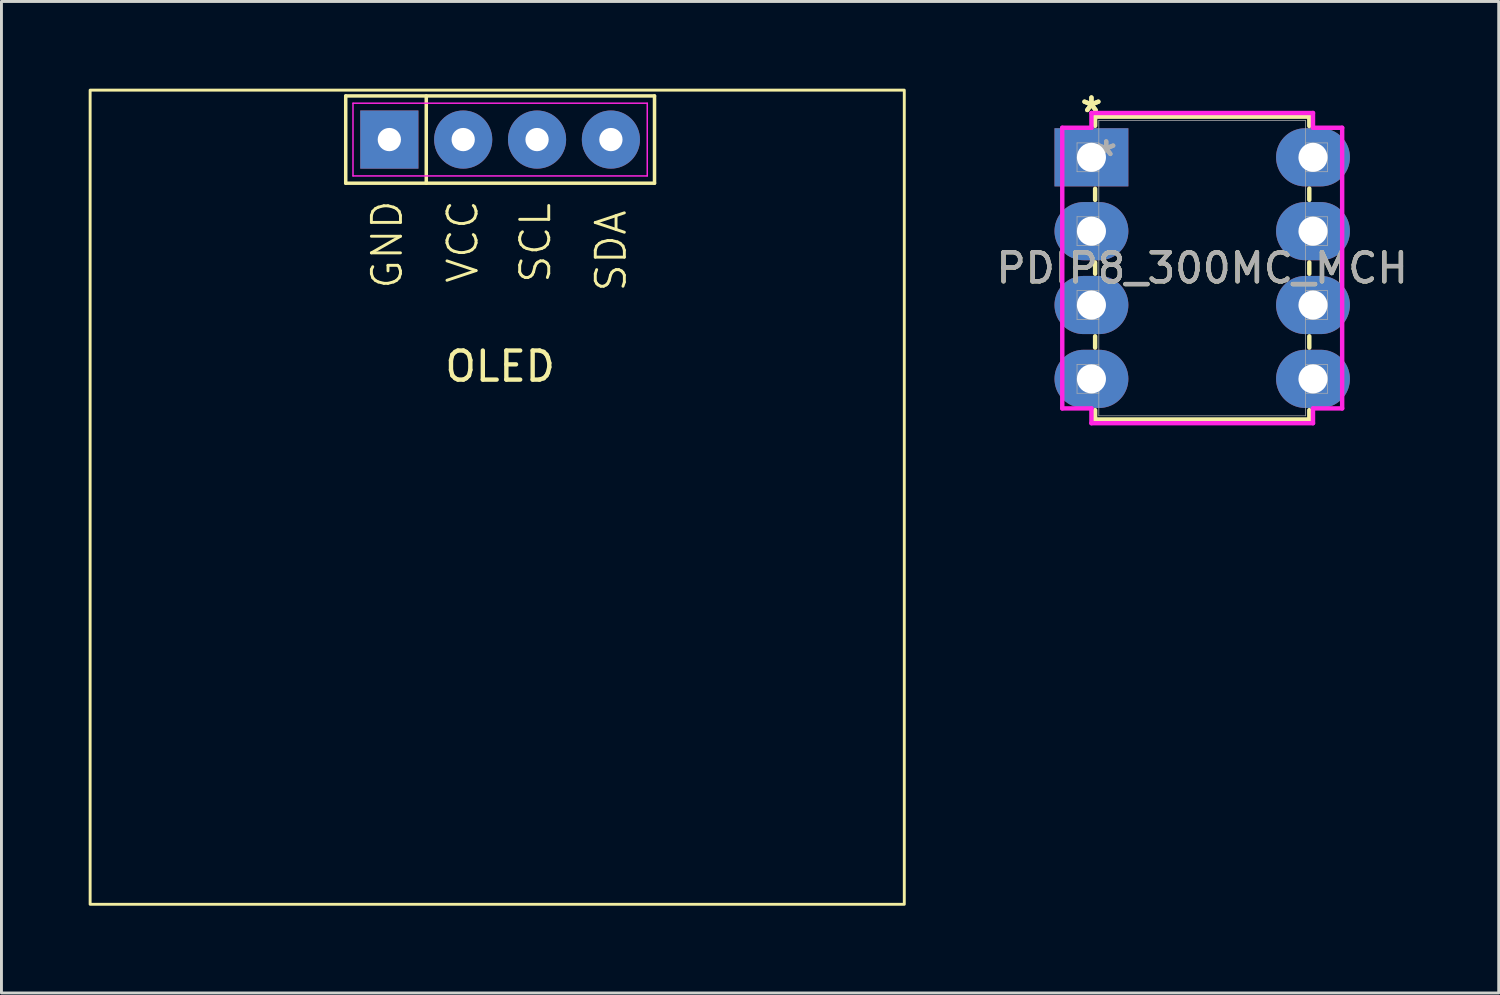
<source format=kicad_pcb>
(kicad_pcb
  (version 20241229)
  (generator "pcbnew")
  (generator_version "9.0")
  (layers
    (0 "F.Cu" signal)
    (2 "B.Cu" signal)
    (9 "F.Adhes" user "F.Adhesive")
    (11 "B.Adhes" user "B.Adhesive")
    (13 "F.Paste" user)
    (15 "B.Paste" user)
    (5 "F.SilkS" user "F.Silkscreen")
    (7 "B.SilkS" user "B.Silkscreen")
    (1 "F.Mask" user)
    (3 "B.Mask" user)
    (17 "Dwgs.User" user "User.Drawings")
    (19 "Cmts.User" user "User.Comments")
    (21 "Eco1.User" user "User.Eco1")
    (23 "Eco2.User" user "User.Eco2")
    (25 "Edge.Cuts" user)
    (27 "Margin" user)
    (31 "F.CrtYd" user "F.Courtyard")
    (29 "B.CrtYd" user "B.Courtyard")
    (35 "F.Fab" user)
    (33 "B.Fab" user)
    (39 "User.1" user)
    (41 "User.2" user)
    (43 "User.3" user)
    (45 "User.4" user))
  (footprint "PDIP8_300MC_MCH"
    (layer "F.Cu")
    (at 34.486 2.36)
    (property "Reference" "PDIP8_300MC_MCH" (at 3.81 3.81 0) (unlocked yes) (layer "F.SilkS") (effects (font (size 1 1) (thickness 0.15))))
    (attr through_hole)
    (fp_line (start 0.127 -1.397) (end 0.127 -1.082) (stroke (width 0.152) (type solid)) (layer "F.SilkS"))
    (fp_line (start 0.127 1.082) (end 0.127 1.465) (stroke (width 0.152) (type solid)) (layer "F.SilkS"))
    (fp_line (start 0.127 3.615) (end 0.127 4.005) (stroke (width 0.152) (type solid)) (layer "F.SilkS"))
    (fp_line (start 0.127 6.155) (end 0.127 6.545) (stroke (width 0.152) (type solid)) (layer "F.SilkS"))
    (fp_line (start 0.127 8.695) (end 0.127 9.017) (stroke (width 0.152) (type solid)) (layer "F.SilkS"))
    (fp_line (start 0.127 9.017) (end 7.493 9.017) (stroke (width 0.152) (type solid)) (layer "F.SilkS"))
    (fp_line (start 7.493 -1.397) (end 0.127 -1.397) (stroke (width 0.152) (type solid)) (layer "F.SilkS"))
    (fp_line (start 7.493 -1.075) (end 7.493 -1.397) (stroke (width 0.152) (type solid)) (layer "F.SilkS"))
    (fp_line (start 7.493 1.465) (end 7.493 1.075) (stroke (width 0.152) (type solid)) (layer "F.SilkS"))
    (fp_line (start 7.493 4.005) (end 7.493 3.615) (stroke (width 0.152) (type solid)) (layer "F.SilkS"))
    (fp_line (start 7.493 6.545) (end 7.493 6.155) (stroke (width 0.152) (type solid)) (layer "F.SilkS"))
    (fp_line (start 7.493 9.017) (end 7.493 8.695) (stroke (width 0.152) (type solid)) (layer "F.SilkS"))
    (fp_line (start -1.003 -1.016) (end 0 -1.016) (stroke (width 0.152) (type solid)) (layer "F.CrtYd"))
    (fp_line (start -1.003 8.636) (end -1.003 -1.016) (stroke (width 0.152) (type solid)) (layer "F.CrtYd"))
    (fp_line (start 0 -1.524) (end 7.62 -1.524) (stroke (width 0.152) (type solid)) (layer "F.CrtYd"))
    (fp_line (start 0 -1.016) (end 0 -1.524) (stroke (width 0.152) (type solid)) (layer "F.CrtYd"))
    (fp_line (start 0 8.636) (end -1.003 8.636) (stroke (width 0.152) (type solid)) (layer "F.CrtYd"))
    (fp_line (start 0 9.144) (end 0 8.636) (stroke (width 0.152) (type solid)) (layer "F.CrtYd"))
    (fp_line (start 7.62 -1.524) (end 7.62 -1.016) (stroke (width 0.152) (type solid)) (layer "F.CrtYd"))
    (fp_line (start 7.62 8.636) (end 7.62 9.144) (stroke (width 0.152) (type solid)) (layer "F.CrtYd"))
    (fp_line (start 7.62 9.144) (end 0 9.144) (stroke (width 0.152) (type solid)) (layer "F.CrtYd"))
    (fp_line (start 8.623 -1.016) (end 7.62 -1.016) (stroke (width 0.152) (type solid)) (layer "F.CrtYd"))
    (fp_line (start 8.623 -1.016) (end 8.623 8.636) (stroke (width 0.152) (type solid)) (layer "F.CrtYd"))
    (fp_line (start 8.623 8.636) (end 7.62 8.636) (stroke (width 0.152) (type solid)) (layer "F.CrtYd"))
    (fp_line (start -0.495 -0.495) (end -0.495 0.495) (stroke (width 0.025) (type solid)) (layer "F.Fab"))
    (fp_line (start -0.495 0.495) (end 0.254 0.495) (stroke (width 0.025) (type solid)) (layer "F.Fab"))
    (fp_line (start -0.495 2.045) (end -0.495 3.035) (stroke (width 0.025) (type solid)) (layer "F.Fab"))
    (fp_line (start -0.495 3.035) (end 0.254 3.035) (stroke (width 0.025) (type solid)) (layer "F.Fab"))
    (fp_line (start -0.495 4.585) (end -0.495 5.575) (stroke (width 0.025) (type solid)) (layer "F.Fab"))
    (fp_line (start -0.495 5.575) (end 0.254 5.575) (stroke (width 0.025) (type solid)) (layer "F.Fab"))
    (fp_line (start -0.495 7.125) (end -0.495 8.115) (stroke (width 0.025) (type solid)) (layer "F.Fab"))
    (fp_line (start -0.495 8.115) (end 0.254 8.115) (stroke (width 0.025) (type solid)) (layer "F.Fab"))
    (fp_line (start 0.254 -1.27) (end 0.254 8.89) (stroke (width 0.025) (type solid)) (layer "F.Fab"))
    (fp_line (start 0.254 -0.495) (end -0.495 -0.495) (stroke (width 0.025) (type solid)) (layer "F.Fab"))
    (fp_line (start 0.254 0.495) (end 0.254 -0.495) (stroke (width 0.025) (type solid)) (layer "F.Fab"))
    (fp_line (start 0.254 2.045) (end -0.495 2.045) (stroke (width 0.025) (type solid)) (layer "F.Fab"))
    (fp_line (start 0.254 3.035) (end 0.254 2.045) (stroke (width 0.025) (type solid)) (layer "F.Fab"))
    (fp_line (start 0.254 4.585) (end -0.495 4.585) (stroke (width 0.025) (type solid)) (layer "F.Fab"))
    (fp_line (start 0.254 5.575) (end 0.254 4.585) (stroke (width 0.025) (type solid)) (layer "F.Fab"))
    (fp_line (start 0.254 7.125) (end -0.495 7.125) (stroke (width 0.025) (type solid)) (layer "F.Fab"))
    (fp_line (start 0.254 8.115) (end 0.254 7.125) (stroke (width 0.025) (type solid)) (layer "F.Fab"))
    (fp_line (start 0.254 8.89) (end 7.366 8.89) (stroke (width 0.025) (type solid)) (layer "F.Fab"))
    (fp_line (start 7.366 -1.27) (end 0.254 -1.27) (stroke (width 0.025) (type solid)) (layer "F.Fab"))
    (fp_line (start 7.366 -0.495) (end 7.366 0.495) (stroke (width 0.025) (type solid)) (layer "F.Fab"))
    (fp_line (start 7.366 0.495) (end 8.115 0.495) (stroke (width 0.025) (type solid)) (layer "F.Fab"))
    (fp_line (start 7.366 2.045) (end 7.366 3.035) (stroke (width 0.025) (type solid)) (layer "F.Fab"))
    (fp_line (start 7.366 3.035) (end 8.115 3.035) (stroke (width 0.025) (type solid)) (layer "F.Fab"))
    (fp_line (start 7.366 4.585) (end 7.366 5.575) (stroke (width 0.025) (type solid)) (layer "F.Fab"))
    (fp_line (start 7.366 5.575) (end 8.115 5.575) (stroke (width 0.025) (type solid)) (layer "F.Fab"))
    (fp_line (start 7.366 7.125) (end 7.366 8.115) (stroke (width 0.025) (type solid)) (layer "F.Fab"))
    (fp_line (start 7.366 8.115) (end 8.115 8.115) (stroke (width 0.025) (type solid)) (layer "F.Fab"))
    (fp_line (start 7.366 8.89) (end 7.366 -1.27) (stroke (width 0.025) (type solid)) (layer "F.Fab"))
    (fp_line (start 8.115 -0.495) (end 7.366 -0.495) (stroke (width 0.025) (type solid)) (layer "F.Fab"))
    (fp_line (start 8.115 0.495) (end 8.115 -0.495) (stroke (width 0.025) (type solid)) (layer "F.Fab"))
    (fp_line (start 8.115 2.045) (end 7.366 2.045) (stroke (width 0.025) (type solid)) (layer "F.Fab"))
    (fp_line (start 8.115 3.035) (end 8.115 2.045) (stroke (width 0.025) (type solid)) (layer "F.Fab"))
    (fp_line (start 8.115 4.585) (end 7.366 4.585) (stroke (width 0.025) (type solid)) (layer "F.Fab"))
    (fp_line (start 8.115 5.575) (end 8.115 4.585) (stroke (width 0.025) (type solid)) (layer "F.Fab"))
    (fp_line (start 8.115 7.125) (end 7.366 7.125) (stroke (width 0.025) (type solid)) (layer "F.Fab"))
    (fp_line (start 8.115 8.115) (end 8.115 7.125) (stroke (width 0.025) (type solid)) (layer "F.Fab"))
    (fp_text user "*" (at 0 -1.511 0) (layer "F.SilkS") (effects (font (size 1 1) (thickness 0.15))))
    (fp_text user "*" (at 0 -1.511 0) (unlocked yes) (layer "F.SilkS") (effects (font (size 1 1) (thickness 0.15))))
    (fp_text user "*" (at 0.508 0 0) (layer "F.Fab") (effects (font (size 1 1) (thickness 0.15))))
    (fp_text user "${REFERENCE}" (at 3.81 3.81 0) (unlocked yes) (layer "F.Fab") (effects (font (size 1 1) (thickness 0.15))))
    (fp_text user "*" (at 0.508 0 0) (unlocked yes) (layer "F.Fab") (effects (font (size 1 1) (thickness 0.15))))
    (pad "1" thru_hole rect (at 0 0) (size 2.54 2) (drill 1) (layers "*.Cu" "*.Mask"))
    (pad "2" thru_hole oval (at 0 2.54) (size 2.54 2) (drill 1) (layers "*.Cu" "*.Mask"))
    (pad "3" thru_hole oval (at 0 5.08) (size 2.54 2) (drill 1) (layers "*.Cu" "*.Mask"))
    (pad "4" thru_hole oval (at 0 7.62) (size 2.54 2) (drill 1) (layers "*.Cu" "*.Mask"))
    (pad "5" thru_hole oval (at 7.62 7.62) (size 2.54 2) (drill 1) (layers "*.Cu" "*.Mask"))
    (pad "6" thru_hole oval (at 7.62 5.08) (size 2.54 2) (drill 1) (layers "*.Cu" "*.Mask"))
    (pad "7" thru_hole oval (at 7.62 2.54) (size 2.54 2) (drill 1) (layers "*.Cu" "*.Mask"))
    (pad "8" thru_hole oval (at 7.62 0) (size 2.54 2) (drill 1) (layers "*.Cu" "*.Mask")))
  (footprint "OLED"
    (layer "F.Cu")
    (at 14.15 1.75)
    (property "Reference" "OLED" (at 0 7.8 0) (layer "F.SilkS") (effects (font (size 1 1) (thickness 0.15))))
    (attr through_hole)
    (fp_line (start -5.31 -1.5) (end 5.31 -1.5) (stroke (width 0.12) (type default)) (layer "F.SilkS"))
    (fp_line (start -5.31 1.5) (end -5.31 -1.5) (stroke (width 0.12) (type default)) (layer "F.SilkS"))
    (fp_line (start -2.54 -1.5) (end -2.54 1.5) (stroke (width 0.12) (type default)) (layer "F.SilkS"))
    (fp_line (start 5.31 -1.5) (end 5.31 1.5) (stroke (width 0.12) (type default)) (layer "F.SilkS"))
    (fp_line (start 5.31 1.5) (end -5.31 1.5) (stroke (width 0.12) (type default)) (layer "F.SilkS"))
    (fp_rect (start -14.1 -1.7) (end 13.9 26.3) (stroke (width 0.1) (type default)) (fill no) (layer "F.SilkS"))
    (fp_line (start -5.06 -1.25) (end 5.06 -1.25) (stroke (width 0.05) (type default)) (layer "F.CrtYd"))
    (fp_line (start -5.06 1.25) (end -5.06 -1.25) (stroke (width 0.05) (type default)) (layer "F.CrtYd"))
    (fp_line (start 5.06 -1.25) (end 5.06 1.25) (stroke (width 0.05) (type default)) (layer "F.CrtYd"))
    (fp_line (start 5.06 1.25) (end -5.06 1.25) (stroke (width 0.05) (type default)) (layer "F.CrtYd"))
    (fp_text user "VCC" (at -0.7 5 90) (unlocked yes) (layer "F.SilkS") (effects (font (size 1 1) (thickness 0.1)) (justify left bottom)))
    (fp_text user "SCL" (at 1.8 5 90) (unlocked yes) (layer "F.SilkS") (effects (font (size 1 1) (thickness 0.1)) (justify left bottom)))
    (fp_text user "GND" (at -3.3 5.2 90) (unlocked yes) (layer "F.SilkS") (effects (font (size 1 1) (thickness 0.1)) (justify left bottom)))
    (fp_text user "SDA" (at 4.4 5.3 90) (unlocked yes) (layer "F.SilkS") (effects (font (size 1 1) (thickness 0.1)) (justify left bottom)))
    (pad "1" thru_hole rect (at -3.81 0) (size 2 2) (drill 0.8) (layers "*.Cu" "*.Mask"))
    (pad "2" thru_hole circle (at -1.27 0) (size 2 2) (drill 0.8) (layers "*.Cu" "*.Mask"))
    (pad "3" thru_hole circle (at 1.27 0) (size 2 2) (drill 0.8) (layers "*.Cu" "*.Mask"))
    (pad "4" thru_hole circle (at 3.81 0) (size 2 2) (drill 0.8) (layers "*.Cu" "*.Mask")))
  (gr_rect
    (start -3 -3)
    (end 48.493 31.1)
    (stroke (width 0.1) (type default))
    (fill no)
    (layer "Edge.Cuts")))
</source>
